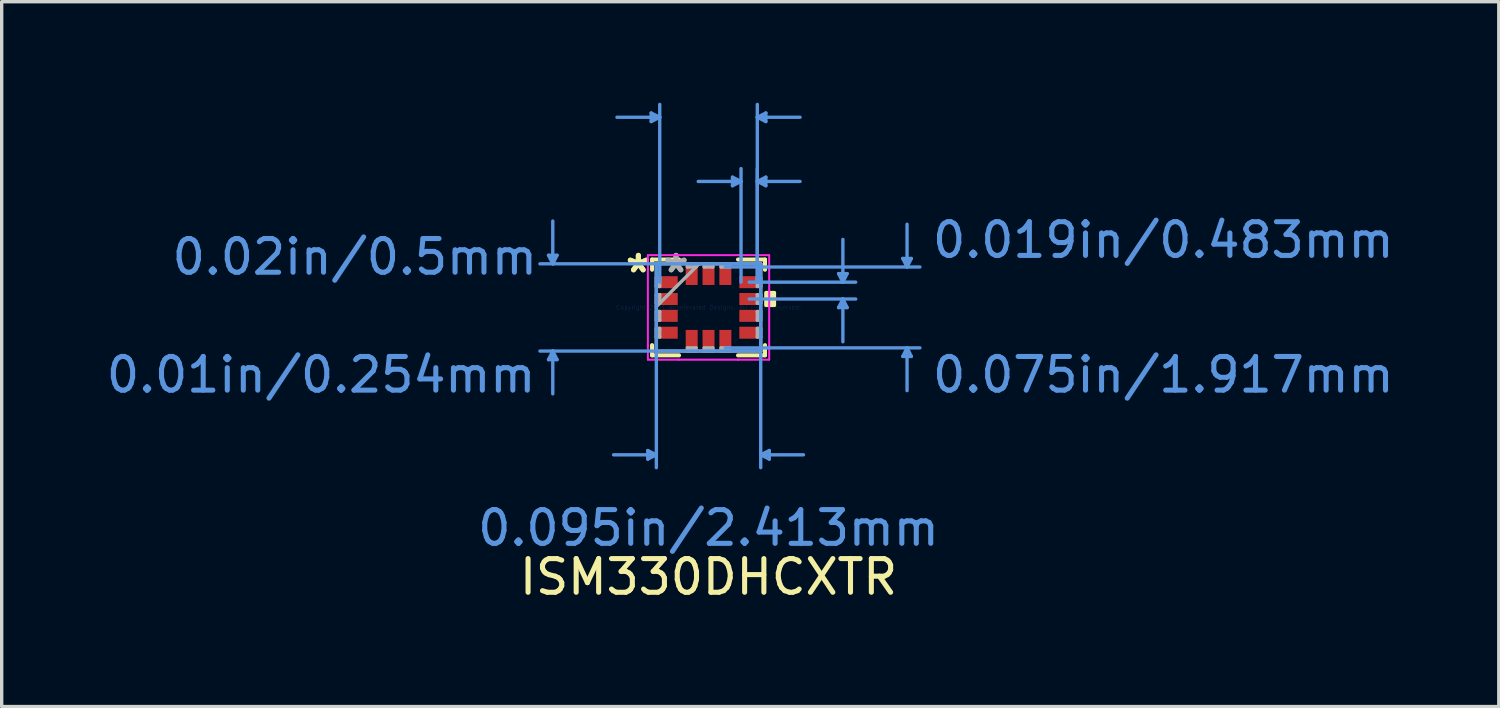
<source format=kicad_pcb>
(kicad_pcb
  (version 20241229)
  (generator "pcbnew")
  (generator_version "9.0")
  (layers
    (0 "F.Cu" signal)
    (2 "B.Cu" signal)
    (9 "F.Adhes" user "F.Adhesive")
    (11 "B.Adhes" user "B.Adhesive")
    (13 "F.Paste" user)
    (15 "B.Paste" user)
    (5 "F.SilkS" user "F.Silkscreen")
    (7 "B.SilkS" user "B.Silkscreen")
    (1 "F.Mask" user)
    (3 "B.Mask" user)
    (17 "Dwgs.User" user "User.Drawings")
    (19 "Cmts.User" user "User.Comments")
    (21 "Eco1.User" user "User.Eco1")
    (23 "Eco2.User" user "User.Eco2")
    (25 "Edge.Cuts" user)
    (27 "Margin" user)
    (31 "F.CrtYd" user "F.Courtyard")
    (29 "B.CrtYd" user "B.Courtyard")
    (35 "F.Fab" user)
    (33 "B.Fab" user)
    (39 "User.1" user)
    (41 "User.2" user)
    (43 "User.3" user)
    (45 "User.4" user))
  (footprint "ISM330DHCXTR"
    (layer "F.Cu")
    (at 17.982 6.076)
    (property "Reference" "ISM330DHCXTR" (at 0 8 0) (layer "F.SilkS") (effects (font (size 1 1) (thickness 0.15))))
    (attr through_hole)
    (fp_line (start -1.676 -1.422) (end -1.676 -1.119) (stroke (width 0.12) (type solid)) (layer "F.SilkS"))
    (fp_line (start -1.676 1.119) (end -1.676 1.422) (stroke (width 0.12) (type solid)) (layer "F.SilkS"))
    (fp_line (start -1.676 1.422) (end -0.875 1.422) (stroke (width 0.12) (type solid)) (layer "F.SilkS"))
    (fp_line (start -0.875 -1.422) (end -1.676 -1.422) (stroke (width 0.12) (type solid)) (layer "F.SilkS"))
    (fp_line (start 0.875 1.422) (end 1.676 1.422) (stroke (width 0.12) (type solid)) (layer "F.SilkS"))
    (fp_line (start 1.676 -1.422) (end 0.875 -1.422) (stroke (width 0.12) (type solid)) (layer "F.SilkS"))
    (fp_line (start 1.676 -1.119) (end 1.676 -1.422) (stroke (width 0.12) (type solid)) (layer "F.SilkS"))
    (fp_line (start 1.676 1.422) (end 1.676 1.119) (stroke (width 0.12) (type solid)) (layer "F.SilkS"))
    (fp_poly (pts (xy 1.956 -0.441) (xy 1.956 -0.06) (xy 1.702 -0.06) (xy 1.702 -0.441)) (stroke (width 0.1) (type solid)) (fill yes) (layer "F.SilkS"))
    (fp_line (start -4.75 -1.549) (end -4.496 -1.549) (stroke (width 0.1) (type solid)) (layer "Cmts.User"))
    (fp_line (start -4.75 1.549) (end -4.496 1.549) (stroke (width 0.1) (type solid)) (layer "Cmts.User"))
    (fp_line (start -4.623 -1.295) (end -4.75 -1.549) (stroke (width 0.1) (type solid)) (layer "Cmts.User"))
    (fp_line (start -4.623 -1.295) (end -4.623 -2.565) (stroke (width 0.1) (type solid)) (layer "Cmts.User"))
    (fp_line (start -4.623 -1.295) (end -4.496 -1.549) (stroke (width 0.1) (type solid)) (layer "Cmts.User"))
    (fp_line (start -4.623 1.295) (end -4.75 1.549) (stroke (width 0.1) (type solid)) (layer "Cmts.User"))
    (fp_line (start -4.623 1.295) (end -4.623 2.565) (stroke (width 0.1) (type solid)) (layer "Cmts.User"))
    (fp_line (start -4.623 1.295) (end -4.496 1.549) (stroke (width 0.1) (type solid)) (layer "Cmts.User"))
    (fp_line (start -1.803 4.248) (end -1.803 4.502) (stroke (width 0.1) (type solid)) (layer "Cmts.User"))
    (fp_line (start -1.702 -5.772) (end -1.702 -5.518) (stroke (width 0.1) (type solid)) (layer "Cmts.User"))
    (fp_line (start -1.549 -1.295) (end -1.549 4.756) (stroke (width 0.1) (type solid)) (layer "Cmts.User"))
    (fp_line (start -1.549 4.375) (end -2.819 4.375) (stroke (width 0.1) (type solid)) (layer "Cmts.User"))
    (fp_line (start -1.549 4.375) (end -1.803 4.248) (stroke (width 0.1) (type solid)) (layer "Cmts.User"))
    (fp_line (start -1.549 4.375) (end -1.803 4.502) (stroke (width 0.1) (type solid)) (layer "Cmts.User"))
    (fp_line (start -1.448 -5.645) (end -2.718 -5.645) (stroke (width 0.1) (type solid)) (layer "Cmts.User"))
    (fp_line (start -1.448 -5.645) (end -1.702 -5.772) (stroke (width 0.1) (type solid)) (layer "Cmts.User"))
    (fp_line (start -1.448 -5.645) (end -1.702 -5.518) (stroke (width 0.1) (type solid)) (layer "Cmts.User"))
    (fp_line (start -1.448 -0.75) (end -1.448 -6.026) (stroke (width 0.1) (type solid)) (layer "Cmts.User"))
    (fp_line (start 0.5 -1.2) (end 6.274 -1.2) (stroke (width 0.1) (type solid)) (layer "Cmts.User"))
    (fp_line (start 0.5 1.2) (end 6.274 1.2) (stroke (width 0.1) (type solid)) (layer "Cmts.User"))
    (fp_line (start 0.711 -3.867) (end 0.711 -3.613) (stroke (width 0.1) (type solid)) (layer "Cmts.User"))
    (fp_line (start 0.965 -3.74) (end -0.305 -3.74) (stroke (width 0.1) (type solid)) (layer "Cmts.User"))
    (fp_line (start 0.965 -3.74) (end 0.711 -3.867) (stroke (width 0.1) (type solid)) (layer "Cmts.User"))
    (fp_line (start 0.965 -3.74) (end 0.711 -3.613) (stroke (width 0.1) (type solid)) (layer "Cmts.User"))
    (fp_line (start 0.965 -0.75) (end 0.965 -4.121) (stroke (width 0.1) (type solid)) (layer "Cmts.User"))
    (fp_line (start 1.206 -0.75) (end 4.369 -0.75) (stroke (width 0.1) (type solid)) (layer "Cmts.User"))
    (fp_line (start 1.206 -0.25) (end 4.369 -0.25) (stroke (width 0.1) (type solid)) (layer "Cmts.User"))
    (fp_line (start 1.448 -5.645) (end 1.702 -5.772) (stroke (width 0.1) (type solid)) (layer "Cmts.User"))
    (fp_line (start 1.448 -5.645) (end 1.702 -5.518) (stroke (width 0.1) (type solid)) (layer "Cmts.User"))
    (fp_line (start 1.448 -5.645) (end 2.718 -5.645) (stroke (width 0.1) (type solid)) (layer "Cmts.User"))
    (fp_line (start 1.448 -3.74) (end 1.702 -3.867) (stroke (width 0.1) (type solid)) (layer "Cmts.User"))
    (fp_line (start 1.448 -3.74) (end 1.702 -3.613) (stroke (width 0.1) (type solid)) (layer "Cmts.User"))
    (fp_line (start 1.448 -3.74) (end 2.718 -3.74) (stroke (width 0.1) (type solid)) (layer "Cmts.User"))
    (fp_line (start 1.448 -0.75) (end 1.448 -6.026) (stroke (width 0.1) (type solid)) (layer "Cmts.User"))
    (fp_line (start 1.448 -0.75) (end 1.448 -4.121) (stroke (width 0.1) (type solid)) (layer "Cmts.User"))
    (fp_line (start 1.549 -1.295) (end -5.004 -1.295) (stroke (width 0.1) (type solid)) (layer "Cmts.User"))
    (fp_line (start 1.549 -1.295) (end 1.549 4.756) (stroke (width 0.1) (type solid)) (layer "Cmts.User"))
    (fp_line (start 1.549 1.295) (end -5.004 1.295) (stroke (width 0.1) (type solid)) (layer "Cmts.User"))
    (fp_line (start 1.549 4.375) (end 1.803 4.248) (stroke (width 0.1) (type solid)) (layer "Cmts.User"))
    (fp_line (start 1.549 4.375) (end 1.803 4.502) (stroke (width 0.1) (type solid)) (layer "Cmts.User"))
    (fp_line (start 1.549 4.375) (end 2.819 4.375) (stroke (width 0.1) (type solid)) (layer "Cmts.User"))
    (fp_line (start 1.702 -5.772) (end 1.702 -5.518) (stroke (width 0.1) (type solid)) (layer "Cmts.User"))
    (fp_line (start 1.702 -3.867) (end 1.702 -3.613) (stroke (width 0.1) (type solid)) (layer "Cmts.User"))
    (fp_line (start 1.803 4.248) (end 1.803 4.502) (stroke (width 0.1) (type solid)) (layer "Cmts.User"))
    (fp_line (start 3.861 -1.004) (end 4.115 -1.004) (stroke (width 0.1) (type solid)) (layer "Cmts.User"))
    (fp_line (start 3.861 0.004) (end 4.115 0.004) (stroke (width 0.1) (type solid)) (layer "Cmts.User"))
    (fp_line (start 3.988 -0.75) (end 3.861 -1.004) (stroke (width 0.1) (type solid)) (layer "Cmts.User"))
    (fp_line (start 3.988 -0.75) (end 3.988 -2.02) (stroke (width 0.1) (type solid)) (layer "Cmts.User"))
    (fp_line (start 3.988 -0.75) (end 4.115 -1.004) (stroke (width 0.1) (type solid)) (layer "Cmts.User"))
    (fp_line (start 3.988 -0.25) (end 3.861 0.004) (stroke (width 0.1) (type solid)) (layer "Cmts.User"))
    (fp_line (start 3.988 -0.25) (end 3.988 1.02) (stroke (width 0.1) (type solid)) (layer "Cmts.User"))
    (fp_line (start 3.988 -0.25) (end 4.115 0.004) (stroke (width 0.1) (type solid)) (layer "Cmts.User"))
    (fp_line (start 5.766 -1.454) (end 6.02 -1.454) (stroke (width 0.1) (type solid)) (layer "Cmts.User"))
    (fp_line (start 5.766 1.454) (end 6.02 1.454) (stroke (width 0.1) (type solid)) (layer "Cmts.User"))
    (fp_line (start 5.893 -1.2) (end 5.766 -1.454) (stroke (width 0.1) (type solid)) (layer "Cmts.User"))
    (fp_line (start 5.893 -1.2) (end 5.893 -2.47) (stroke (width 0.1) (type solid)) (layer "Cmts.User"))
    (fp_line (start 5.893 -1.2) (end 6.02 -1.454) (stroke (width 0.1) (type solid)) (layer "Cmts.User"))
    (fp_line (start 5.893 1.2) (end 5.766 1.454) (stroke (width 0.1) (type solid)) (layer "Cmts.User"))
    (fp_line (start 5.893 1.2) (end 5.893 2.47) (stroke (width 0.1) (type solid)) (layer "Cmts.User"))
    (fp_line (start 5.893 1.2) (end 6.02 1.454) (stroke (width 0.1) (type solid)) (layer "Cmts.User"))
    (fp_line (start -1.803 -1.549) (end -0.881 -1.549) (stroke (width 0.05) (type solid)) (layer "F.CrtYd"))
    (fp_line (start -1.803 -1.549) (end -0.881 -1.549) (stroke (width 0.05) (type solid)) (layer "F.CrtYd"))
    (fp_line (start -1.803 -1.131) (end -1.803 -1.549) (stroke (width 0.05) (type solid)) (layer "F.CrtYd"))
    (fp_line (start -1.803 -1.131) (end -1.803 -1.549) (stroke (width 0.05) (type solid)) (layer "F.CrtYd"))
    (fp_line (start -1.803 -1.131) (end -1.803 -1.131) (stroke (width 0.05) (type solid)) (layer "F.CrtYd"))
    (fp_line (start -1.803 -1.131) (end -1.803 -1.131) (stroke (width 0.05) (type solid)) (layer "F.CrtYd"))
    (fp_line (start -1.803 1.131) (end -1.803 -1.131) (stroke (width 0.05) (type solid)) (layer "F.CrtYd"))
    (fp_line (start -1.803 1.131) (end -1.803 -1.131) (stroke (width 0.05) (type solid)) (layer "F.CrtYd"))
    (fp_line (start -1.803 1.131) (end -1.803 1.131) (stroke (width 0.05) (type solid)) (layer "F.CrtYd"))
    (fp_line (start -1.803 1.131) (end -1.803 1.131) (stroke (width 0.05) (type solid)) (layer "F.CrtYd"))
    (fp_line (start -1.803 1.549) (end -1.803 1.131) (stroke (width 0.05) (type solid)) (layer "F.CrtYd"))
    (fp_line (start -1.803 1.549) (end -1.803 1.131) (stroke (width 0.05) (type solid)) (layer "F.CrtYd"))
    (fp_line (start -0.881 -1.549) (end -0.881 -1.549) (stroke (width 0.05) (type solid)) (layer "F.CrtYd"))
    (fp_line (start -0.881 -1.549) (end -0.881 -1.549) (stroke (width 0.05) (type solid)) (layer "F.CrtYd"))
    (fp_line (start -0.881 -1.549) (end 0.881 -1.549) (stroke (width 0.05) (type solid)) (layer "F.CrtYd"))
    (fp_line (start -0.881 -1.549) (end 0.881 -1.549) (stroke (width 0.05) (type solid)) (layer "F.CrtYd"))
    (fp_line (start -0.881 1.549) (end -1.803 1.549) (stroke (width 0.05) (type solid)) (layer "F.CrtYd"))
    (fp_line (start -0.881 1.549) (end -1.803 1.549) (stroke (width 0.05) (type solid)) (layer "F.CrtYd"))
    (fp_line (start -0.881 1.549) (end -0.881 1.549) (stroke (width 0.05) (type solid)) (layer "F.CrtYd"))
    (fp_line (start -0.881 1.549) (end -0.881 1.549) (stroke (width 0.05) (type solid)) (layer "F.CrtYd"))
    (fp_line (start 0.881 -1.549) (end 0.881 -1.549) (stroke (width 0.05) (type solid)) (layer "F.CrtYd"))
    (fp_line (start 0.881 -1.549) (end 0.881 -1.549) (stroke (width 0.05) (type solid)) (layer "F.CrtYd"))
    (fp_line (start 0.881 -1.549) (end 1.803 -1.549) (stroke (width 0.05) (type solid)) (layer "F.CrtYd"))
    (fp_line (start 0.881 -1.549) (end 1.803 -1.549) (stroke (width 0.05) (type solid)) (layer "F.CrtYd"))
    (fp_line (start 0.881 1.549) (end -0.881 1.549) (stroke (width 0.05) (type solid)) (layer "F.CrtYd"))
    (fp_line (start 0.881 1.549) (end -0.881 1.549) (stroke (width 0.05) (type solid)) (layer "F.CrtYd"))
    (fp_line (start 0.881 1.549) (end 0.881 1.549) (stroke (width 0.05) (type solid)) (layer "F.CrtYd"))
    (fp_line (start 0.881 1.549) (end 0.881 1.549) (stroke (width 0.05) (type solid)) (layer "F.CrtYd"))
    (fp_line (start 1.803 -1.549) (end 1.803 -1.131) (stroke (width 0.05) (type solid)) (layer "F.CrtYd"))
    (fp_line (start 1.803 -1.549) (end 1.803 -1.131) (stroke (width 0.05) (type solid)) (layer "F.CrtYd"))
    (fp_line (start 1.803 -1.131) (end 1.803 -1.131) (stroke (width 0.05) (type solid)) (layer "F.CrtYd"))
    (fp_line (start 1.803 -1.131) (end 1.803 -1.131) (stroke (width 0.05) (type solid)) (layer "F.CrtYd"))
    (fp_line (start 1.803 -1.131) (end 1.803 1.131) (stroke (width 0.05) (type solid)) (layer "F.CrtYd"))
    (fp_line (start 1.803 -1.131) (end 1.803 1.131) (stroke (width 0.05) (type solid)) (layer "F.CrtYd"))
    (fp_line (start 1.803 1.131) (end 1.803 1.131) (stroke (width 0.05) (type solid)) (layer "F.CrtYd"))
    (fp_line (start 1.803 1.131) (end 1.803 1.131) (stroke (width 0.05) (type solid)) (layer "F.CrtYd"))
    (fp_line (start 1.803 1.131) (end 1.803 1.549) (stroke (width 0.05) (type solid)) (layer "F.CrtYd"))
    (fp_line (start 1.803 1.131) (end 1.803 1.549) (stroke (width 0.05) (type solid)) (layer "F.CrtYd"))
    (fp_line (start 1.803 1.549) (end 0.881 1.549) (stroke (width 0.05) (type solid)) (layer "F.CrtYd"))
    (fp_line (start 1.803 1.549) (end 0.881 1.549) (stroke (width 0.05) (type solid)) (layer "F.CrtYd"))
    (fp_line (start -1.549 -1.295) (end -1.549 -1.295) (stroke (width 0.1) (type solid)) (layer "F.Fab"))
    (fp_line (start -1.549 -1.295) (end -1.549 1.295) (stroke (width 0.1) (type solid)) (layer "F.Fab"))
    (fp_line (start -1.549 -0.877) (end -1.448 -0.877) (stroke (width 0.1) (type solid)) (layer "F.Fab"))
    (fp_line (start -1.549 -0.623) (end -1.549 -0.877) (stroke (width 0.1) (type solid)) (layer "F.Fab"))
    (fp_line (start -1.549 -0.377) (end -1.448 -0.377) (stroke (width 0.1) (type solid)) (layer "F.Fab"))
    (fp_line (start -1.549 -0.123) (end -1.549 -0.377) (stroke (width 0.1) (type solid)) (layer "F.Fab"))
    (fp_line (start -1.549 -0.025) (end -0.279 -1.295) (stroke (width 0.1) (type solid)) (layer "F.Fab"))
    (fp_line (start -1.549 0.123) (end -1.448 0.123) (stroke (width 0.1) (type solid)) (layer "F.Fab"))
    (fp_line (start -1.549 0.377) (end -1.549 0.123) (stroke (width 0.1) (type solid)) (layer "F.Fab"))
    (fp_line (start -1.549 0.623) (end -1.448 0.623) (stroke (width 0.1) (type solid)) (layer "F.Fab"))
    (fp_line (start -1.549 0.877) (end -1.549 0.623) (stroke (width 0.1) (type solid)) (layer "F.Fab"))
    (fp_line (start -1.549 1.295) (end -1.549 1.295) (stroke (width 0.1) (type solid)) (layer "F.Fab"))
    (fp_line (start -1.549 1.295) (end 1.549 1.295) (stroke (width 0.1) (type solid)) (layer "F.Fab"))
    (fp_line (start -1.448 -0.877) (end -1.448 -0.623) (stroke (width 0.1) (type solid)) (layer "F.Fab"))
    (fp_line (start -1.448 -0.623) (end -1.549 -0.623) (stroke (width 0.1) (type solid)) (layer "F.Fab"))
    (fp_line (start -1.448 -0.377) (end -1.448 -0.123) (stroke (width 0.1) (type solid)) (layer "F.Fab"))
    (fp_line (start -1.448 -0.123) (end -1.549 -0.123) (stroke (width 0.1) (type solid)) (layer "F.Fab"))
    (fp_line (start -1.448 0.123) (end -1.448 0.377) (stroke (width 0.1) (type solid)) (layer "F.Fab"))
    (fp_line (start -1.448 0.377) (end -1.549 0.377) (stroke (width 0.1) (type solid)) (layer "F.Fab"))
    (fp_line (start -1.448 0.623) (end -1.448 0.877) (stroke (width 0.1) (type solid)) (layer "F.Fab"))
    (fp_line (start -1.448 0.877) (end -1.549 0.877) (stroke (width 0.1) (type solid)) (layer "F.Fab"))
    (fp_line (start -0.627 -1.295) (end -0.373 -1.295) (stroke (width 0.1) (type solid)) (layer "F.Fab"))
    (fp_line (start -0.627 -1.2) (end -0.627 -1.295) (stroke (width 0.1) (type solid)) (layer "F.Fab"))
    (fp_line (start -0.627 1.2) (end -0.373 1.2) (stroke (width 0.1) (type solid)) (layer "F.Fab"))
    (fp_line (start -0.627 1.295) (end -0.627 1.2) (stroke (width 0.1) (type solid)) (layer "F.Fab"))
    (fp_line (start -0.373 -1.295) (end -0.373 -1.2) (stroke (width 0.1) (type solid)) (layer "F.Fab"))
    (fp_line (start -0.373 -1.2) (end -0.627 -1.2) (stroke (width 0.1) (type solid)) (layer "F.Fab"))
    (fp_line (start -0.373 1.2) (end -0.373 1.295) (stroke (width 0.1) (type solid)) (layer "F.Fab"))
    (fp_line (start -0.373 1.295) (end -0.627 1.295) (stroke (width 0.1) (type solid)) (layer "F.Fab"))
    (fp_line (start -0.127 -1.295) (end 0.127 -1.295) (stroke (width 0.1) (type solid)) (layer "F.Fab"))
    (fp_line (start -0.127 -1.2) (end -0.127 -1.295) (stroke (width 0.1) (type solid)) (layer "F.Fab"))
    (fp_line (start -0.127 1.2) (end 0.127 1.2) (stroke (width 0.1) (type solid)) (layer "F.Fab"))
    (fp_line (start -0.127 1.295) (end -0.127 1.2) (stroke (width 0.1) (type solid)) (layer "F.Fab"))
    (fp_line (start 0.127 -1.295) (end 0.127 -1.2) (stroke (width 0.1) (type solid)) (layer "F.Fab"))
    (fp_line (start 0.127 -1.2) (end -0.127 -1.2) (stroke (width 0.1) (type solid)) (layer "F.Fab"))
    (fp_line (start 0.127 1.2) (end 0.127 1.295) (stroke (width 0.1) (type solid)) (layer "F.Fab"))
    (fp_line (start 0.127 1.295) (end -0.127 1.295) (stroke (width 0.1) (type solid)) (layer "F.Fab"))
    (fp_line (start 0.373 -1.295) (end 0.627 -1.295) (stroke (width 0.1) (type solid)) (layer "F.Fab"))
    (fp_line (start 0.373 -1.2) (end 0.373 -1.295) (stroke (width 0.1) (type solid)) (layer "F.Fab"))
    (fp_line (start 0.373 1.2) (end 0.627 1.2) (stroke (width 0.1) (type solid)) (layer "F.Fab"))
    (fp_line (start 0.373 1.295) (end 0.373 1.2) (stroke (width 0.1) (type solid)) (layer "F.Fab"))
    (fp_line (start 0.627 -1.295) (end 0.627 -1.2) (stroke (width 0.1) (type solid)) (layer "F.Fab"))
    (fp_line (start 0.627 -1.2) (end 0.373 -1.2) (stroke (width 0.1) (type solid)) (layer "F.Fab"))
    (fp_line (start 0.627 1.2) (end 0.627 1.295) (stroke (width 0.1) (type solid)) (layer "F.Fab"))
    (fp_line (start 0.627 1.295) (end 0.373 1.295) (stroke (width 0.1) (type solid)) (layer "F.Fab"))
    (fp_line (start 1.448 -0.877) (end 1.549 -0.877) (stroke (width 0.1) (type solid)) (layer "F.Fab"))
    (fp_line (start 1.448 -0.623) (end 1.448 -0.877) (stroke (width 0.1) (type solid)) (layer "F.Fab"))
    (fp_line (start 1.448 -0.377) (end 1.549 -0.377) (stroke (width 0.1) (type solid)) (layer "F.Fab"))
    (fp_line (start 1.448 -0.123) (end 1.448 -0.377) (stroke (width 0.1) (type solid)) (layer "F.Fab"))
    (fp_line (start 1.448 0.123) (end 1.549 0.123) (stroke (width 0.1) (type solid)) (layer "F.Fab"))
    (fp_line (start 1.448 0.377) (end 1.448 0.123) (stroke (width 0.1) (type solid)) (layer "F.Fab"))
    (fp_line (start 1.448 0.623) (end 1.549 0.623) (stroke (width 0.1) (type solid)) (layer "F.Fab"))
    (fp_line (start 1.448 0.877) (end 1.448 0.623) (stroke (width 0.1) (type solid)) (layer "F.Fab"))
    (fp_line (start 1.549 -1.295) (end -1.549 -1.295) (stroke (width 0.1) (type solid)) (layer "F.Fab"))
    (fp_line (start 1.549 -1.295) (end 1.549 -1.295) (stroke (width 0.1) (type solid)) (layer "F.Fab"))
    (fp_line (start 1.549 -0.877) (end 1.549 -0.623) (stroke (width 0.1) (type solid)) (layer "F.Fab"))
    (fp_line (start 1.549 -0.623) (end 1.448 -0.623) (stroke (width 0.1) (type solid)) (layer "F.Fab"))
    (fp_line (start 1.549 -0.377) (end 1.549 -0.123) (stroke (width 0.1) (type solid)) (layer "F.Fab"))
    (fp_line (start 1.549 -0.123) (end 1.448 -0.123) (stroke (width 0.1) (type solid)) (layer "F.Fab"))
    (fp_line (start 1.549 0.123) (end 1.549 0.377) (stroke (width 0.1) (type solid)) (layer "F.Fab"))
    (fp_line (start 1.549 0.377) (end 1.448 0.377) (stroke (width 0.1) (type solid)) (layer "F.Fab"))
    (fp_line (start 1.549 0.623) (end 1.549 0.877) (stroke (width 0.1) (type solid)) (layer "F.Fab"))
    (fp_line (start 1.549 0.877) (end 1.448 0.877) (stroke (width 0.1) (type solid)) (layer "F.Fab"))
    (fp_line (start 1.549 1.295) (end 1.549 -1.295) (stroke (width 0.1) (type solid)) (layer "F.Fab"))
    (fp_line (start 1.549 1.295) (end 1.549 1.295) (stroke (width 0.1) (type solid)) (layer "F.Fab"))
    (fp_text user "*" (at -2.083 -1 0) (layer "F.SilkS") (effects (font (size 1 1) (thickness 0.15))))
    (fp_text user "*" (at -2.083 -1 0) (layer "F.SilkS") (effects (font (size 1 1) (thickness 0.15))))
    (fp_text user "Copyright 2021 Accelerated Designs. All rights reserved." (at 0 0 0) (layer "Cmts.User") (effects (font (size 0.127 0.127) (thickness 0.002))))
    (fp_text user "0.095in/2.413mm" (at 0 6.547 0) (layer "Cmts.User") (effects (font (size 1 1) (thickness 0.15))))
    (fp_text user "0.075in/1.917mm" (at 13.5 2 0) (layer "Cmts.User") (effects (font (size 1 1) (thickness 0.15))))
    (fp_text user "0.019in/0.483mm" (at 13.5 -2 0) (layer "Cmts.User") (effects (font (size 1 1) (thickness 0.15))))
    (fp_text user "0.02in/0.5mm" (at -10.5 -1.5 0) (layer "Cmts.User") (effects (font (size 1 1) (thickness 0.15))))
    (fp_text user "0.01in/0.254mm" (at -11.5 2 0) (layer "Cmts.User") (effects (font (size 1 1) (thickness 0.15))))
    (fp_text user "*" (at -0.965 -1 0) (layer "F.Fab") (effects (font (size 1 1) (thickness 0.15))))
    (fp_text user "*" (at -0.965 -1 0) (layer "F.Fab") (effects (font (size 1 1) (thickness 0.15))))
    (pad "1" smd rect (at -1.206 -0.75 90) (size 0.356 0.584) (layers "F.Cu" "F.Mask" "F.Paste"))
    (pad "2" smd rect (at -1.206 -0.25 90) (size 0.356 0.584) (layers "F.Cu" "F.Mask" "F.Paste"))
    (pad "3" smd rect (at -1.206 0.25 90) (size 0.356 0.584) (layers "F.Cu" "F.Mask" "F.Paste"))
    (pad "4" smd rect (at -1.206 0.75 90) (size 0.356 0.584) (layers "F.Cu" "F.Mask" "F.Paste"))
    (pad "5" smd rect (at -0.5 0.959) (size 0.356 0.584) (layers "F.Cu" "F.Mask" "F.Paste"))
    (pad "6" smd rect (at 0 0.959) (size 0.356 0.584) (layers "F.Cu" "F.Mask" "F.Paste"))
    (pad "7" smd rect (at 0.5 0.959) (size 0.356 0.584) (layers "F.Cu" "F.Mask" "F.Paste"))
    (pad "8" smd rect (at 1.206 0.75 90) (size 0.356 0.584) (layers "F.Cu" "F.Mask" "F.Paste"))
    (pad "9" smd rect (at 1.206 0.25 90) (size 0.356 0.584) (layers "F.Cu" "F.Mask" "F.Paste"))
    (pad "10" smd rect (at 1.206 -0.25 90) (size 0.356 0.584) (layers "F.Cu" "F.Mask" "F.Paste"))
    (pad "11" smd rect (at 1.206 -0.75 90) (size 0.356 0.584) (layers "F.Cu" "F.Mask" "F.Paste"))
    (pad "12" smd rect (at 0.5 -0.959) (size 0.356 0.584) (layers "F.Cu" "F.Mask" "F.Paste"))
    (pad "13" smd rect (at 0 -0.959) (size 0.356 0.584) (layers "F.Cu" "F.Mask" "F.Paste"))
    (pad "14" smd rect (at -0.5 -0.959) (size 0.356 0.584) (layers "F.Cu" "F.Mask" "F.Paste")))
  (gr_rect
    (start -3 -3)
    (end 41.44 17.924)
    (stroke (width 0.1) (type default))
    (fill no)
    (layer "Edge.Cuts")))
</source>
